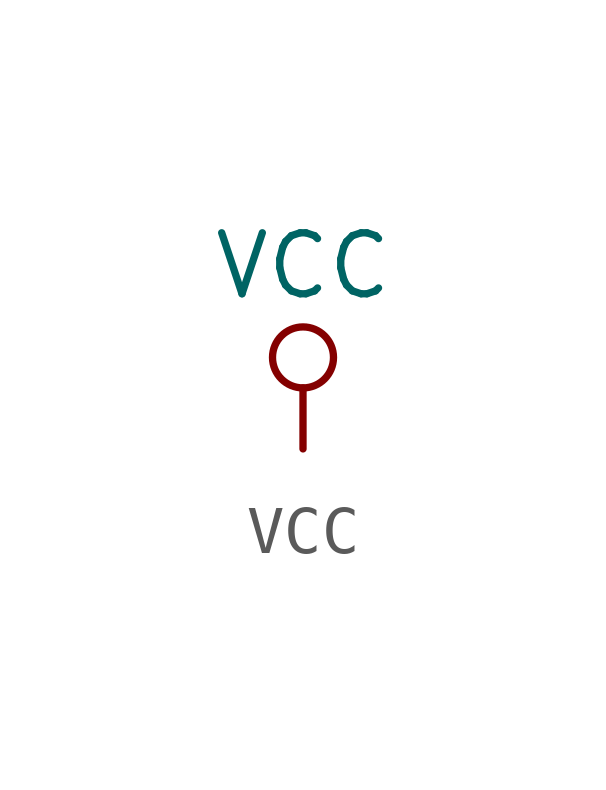
<source format=kicad_sym>
(kicad_symbol_lib
  (version 20211014)
  (generator kicad_symbol_editor)
  (symbol "VCC"
    (power)
    (pin_names
      (offset 0))
    (property "Reference" "#PWR"
      (at 0 -3.81 0)
      (effects (font (size 1.27 1.27)) hide))
    (property "Value" "VCC"
      (at 0 3.81 0)
      (effects (font (size 1.27 1.27))))
    (property "Footprint" ""
      (at 0 0 0)
      (effects (font (size 1.27 1.27))))
    (property "Datasheet" ""
      (at 0 0 0)
      (effects (font (size 1.27 1.27))))
    (symbol "VCC_0_1"
      (polyline (pts (xy 0 0) (xy 0 1.27)) (stroke (width 0) (type default) (color 0 0 0 0)) (fill (type none)))
      (circle (center 0 1.905) (radius 0.635) (stroke (width 0) (type default) (color 0 0 0 0)) (fill (type none))))
    (symbol "VCC_1_1"
      (pin power_in line (at 0 0 90) (length 0) hide (name "VCC" (effects (font (size 1.27 1.27)))) (number "1" (effects (font (size 1.27 1.27))))))))
</source>
